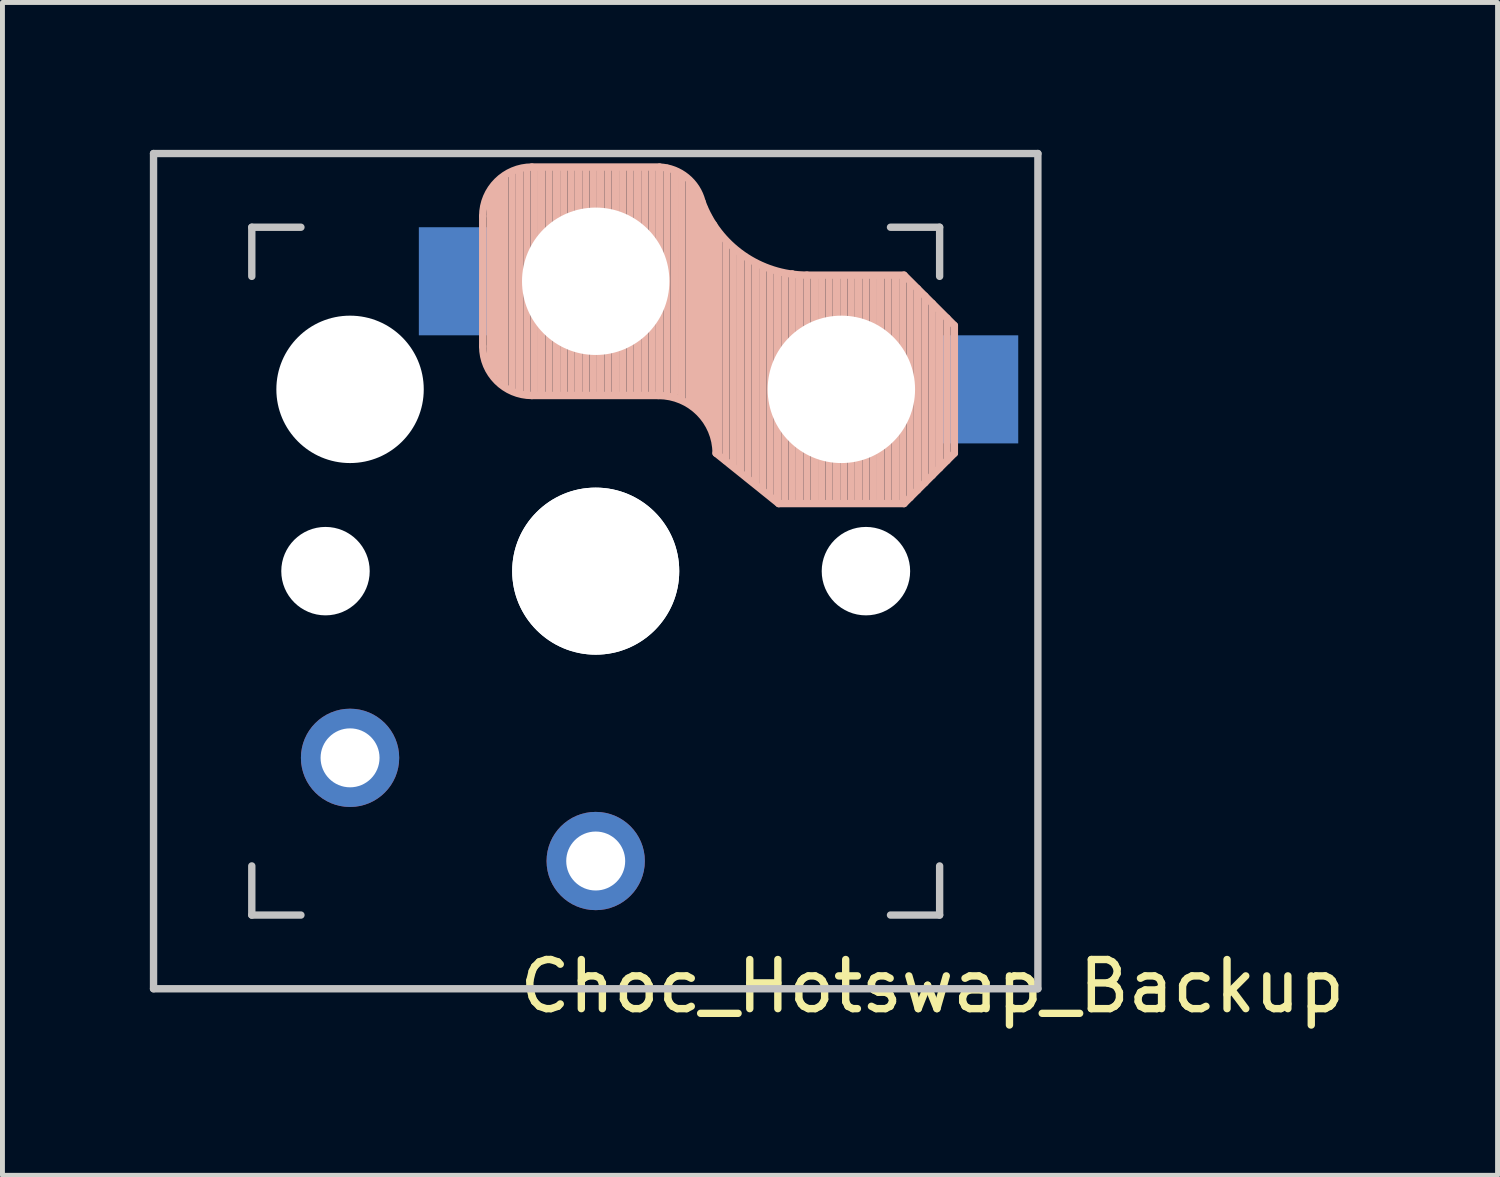
<source format=kicad_pcb>
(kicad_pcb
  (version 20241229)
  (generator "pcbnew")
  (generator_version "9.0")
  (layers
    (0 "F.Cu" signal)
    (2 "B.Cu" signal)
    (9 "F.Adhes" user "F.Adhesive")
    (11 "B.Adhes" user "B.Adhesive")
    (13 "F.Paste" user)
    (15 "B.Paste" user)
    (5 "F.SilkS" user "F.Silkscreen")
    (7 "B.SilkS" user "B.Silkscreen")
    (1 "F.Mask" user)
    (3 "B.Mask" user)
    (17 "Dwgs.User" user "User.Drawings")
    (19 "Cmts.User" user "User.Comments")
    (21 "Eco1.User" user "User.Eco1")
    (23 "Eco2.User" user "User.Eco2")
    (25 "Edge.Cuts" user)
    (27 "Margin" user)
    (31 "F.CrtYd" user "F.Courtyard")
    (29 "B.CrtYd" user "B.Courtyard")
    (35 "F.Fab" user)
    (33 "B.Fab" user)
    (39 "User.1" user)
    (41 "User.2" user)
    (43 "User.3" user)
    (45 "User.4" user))
  (footprint "Choc_Hotswap_Backup"
    (layer "F.Cu")
    (at 9.075 8.575)
    (property "Reference" "Choc_Hotswap_Backup" (at 6.85 8.45 180) (layer "F.SilkS") (effects (font (size 1 1) (thickness 0.15))))
    (attr through_hole)
    (fp_line (start -2.3 -4.575) (end -2.3 -7.225) (stroke (width 0.15) (type solid)) (layer "B.SilkS"))
    (fp_line (start -2.15 -7.65) (end -2.15 -4.1) (stroke (width 0.15) (type solid)) (layer "B.SilkS"))
    (fp_line (start -2.05 -7.8) (end -2.05 -4.05) (stroke (width 0.15) (type solid)) (layer "B.SilkS"))
    (fp_line (start -1.95 -7.9) (end -1.95 -3.95) (stroke (width 0.15) (type solid)) (layer "B.SilkS"))
    (fp_line (start -1.85 -8) (end -1.85 -3.8) (stroke (width 0.15) (type solid)) (layer "B.SilkS"))
    (fp_line (start -1.7 -8.1) (end -1.7 -3.7) (stroke (width 0.15) (type solid)) (layer "B.SilkS"))
    (fp_line (start -1.55 -8.15) (end -1.55 -3.65) (stroke (width 0.15) (type solid)) (layer "B.SilkS"))
    (fp_line (start -1.4 -8.2) (end -1.4 -3.65) (stroke (width 0.15) (type solid)) (layer "B.SilkS"))
    (fp_line (start -1.3 -8.225) (end 1.3 -8.225) (stroke (width 0.15) (type solid)) (layer "B.SilkS"))
    (fp_line (start -1.3 -3.575) (end 1.275 -3.575) (stroke (width 0.15) (type solid)) (layer "B.SilkS"))
    (fp_line (start -1.25 -8.2) (end -1.25 -3.6) (stroke (width 0.15) (type solid)) (layer "B.SilkS"))
    (fp_line (start -1.1 -8.2) (end -1.1 -3.6) (stroke (width 0.15) (type solid)) (layer "B.SilkS"))
    (fp_line (start -0.95 -8.2) (end -0.95 -3.6) (stroke (width 0.15) (type solid)) (layer "B.SilkS"))
    (fp_line (start -0.8 -8.2) (end -0.8 -3.6) (stroke (width 0.15) (type solid)) (layer "B.SilkS"))
    (fp_line (start -0.65 -8.2) (end -0.65 -3.6) (stroke (width 0.15) (type solid)) (layer "B.SilkS"))
    (fp_line (start -0.5 -8.2) (end -0.5 -3.6) (stroke (width 0.15) (type solid)) (layer "B.SilkS"))
    (fp_line (start -0.35 -8.2) (end -0.35 -3.6) (stroke (width 0.15) (type solid)) (layer "B.SilkS"))
    (fp_line (start -0.2 -8.2) (end -0.2 -3.6) (stroke (width 0.15) (type solid)) (layer "B.SilkS"))
    (fp_line (start -0.05 -8.2) (end -0.05 -3.6) (stroke (width 0.15) (type solid)) (layer "B.SilkS"))
    (fp_line (start 0.1 -8.2) (end 0.1 -3.6) (stroke (width 0.15) (type solid)) (layer "B.SilkS"))
    (fp_line (start 0.25 -8.2) (end 0.25 -3.6) (stroke (width 0.15) (type solid)) (layer "B.SilkS"))
    (fp_line (start 0.4 -8.2) (end 0.4 -3.6) (stroke (width 0.15) (type solid)) (layer "B.SilkS"))
    (fp_line (start 0.55 -8.2) (end 0.55 -3.6) (stroke (width 0.15) (type solid)) (layer "B.SilkS"))
    (fp_line (start 0.7 -8.2) (end 0.7 -3.6) (stroke (width 0.15) (type solid)) (layer "B.SilkS"))
    (fp_line (start 0.85 -8.2) (end 0.85 -3.6) (stroke (width 0.15) (type solid)) (layer "B.SilkS"))
    (fp_line (start 1 -8.2) (end 1 -3.6) (stroke (width 0.15) (type solid)) (layer "B.SilkS"))
    (fp_line (start 1.15 -8.2) (end 1.15 -3.65) (stroke (width 0.15) (type solid)) (layer "B.SilkS"))
    (fp_line (start 1.3 -8.2) (end 1.3 -3.6) (stroke (width 0.15) (type solid)) (layer "B.SilkS"))
    (fp_line (start 1.45 -8.2) (end 1.45 -3.6) (stroke (width 0.15) (type solid)) (layer "B.SilkS"))
    (fp_line (start 1.6 -8.15) (end 1.6 -3.6) (stroke (width 0.15) (type solid)) (layer "B.SilkS"))
    (fp_line (start 1.75 -8.05) (end 1.75 -3.5) (stroke (width 0.15) (type solid)) (layer "B.SilkS"))
    (fp_line (start 1.9 -7.95) (end 1.9 -3.45) (stroke (width 0.15) (type solid)) (layer "B.SilkS"))
    (fp_line (start 2 -7.8) (end 2 -3.4) (stroke (width 0.15) (type solid)) (layer "B.SilkS"))
    (fp_line (start 2.1 -7.55) (end 2.1 -3.35) (stroke (width 0.15) (type solid)) (layer "B.SilkS"))
    (fp_line (start 2.2 -7.4) (end 2.2 -3.25) (stroke (width 0.15) (type solid)) (layer "B.SilkS"))
    (fp_line (start 2.3 -7.2) (end 2.3 -3.05) (stroke (width 0.15) (type solid)) (layer "B.SilkS"))
    (fp_line (start 2.4 -7.05) (end 2.4 -2.9) (stroke (width 0.15) (type solid)) (layer "B.SilkS"))
    (fp_line (start 2.5 -6.85) (end 2.5 -2.4) (stroke (width 0.15) (type solid)) (layer "B.SilkS"))
    (fp_line (start 2.65 -6.7) (end 2.65 -2.25) (stroke (width 0.15) (type solid)) (layer "B.SilkS"))
    (fp_line (start 2.8 -6.55) (end 2.8 -2.15) (stroke (width 0.15) (type solid)) (layer "B.SilkS"))
    (fp_line (start 2.95 -6.45) (end 2.95 -2.05) (stroke (width 0.15) (type solid)) (layer "B.SilkS"))
    (fp_line (start 3.1 -6.35) (end 3.1 -1.9) (stroke (width 0.15) (type solid)) (layer "B.SilkS"))
    (fp_line (start 3.25 -6.25) (end 3.25 -1.8) (stroke (width 0.15) (type solid)) (layer "B.SilkS"))
    (fp_line (start 3.4 -6.2) (end 3.4 -1.65) (stroke (width 0.15) (type solid)) (layer "B.SilkS"))
    (fp_line (start 3.55 -6.1) (end 3.55 -1.55) (stroke (width 0.15) (type solid)) (layer "B.SilkS"))
    (fp_line (start 3.7 -6.05) (end 3.7 -1.45) (stroke (width 0.15) (type solid)) (layer "B.SilkS"))
    (fp_line (start 3.725 -1.375) (end 2.45 -2.4) (stroke (width 0.15) (type solid)) (layer "B.SilkS"))
    (fp_line (start 3.725 -1.375) (end 6.275 -1.375) (stroke (width 0.15) (type solid)) (layer "B.SilkS"))
    (fp_line (start 3.85 -6.05) (end 3.85 -1.4) (stroke (width 0.15) (type solid)) (layer "B.SilkS"))
    (fp_line (start 4 -6.05) (end 4 -1.4) (stroke (width 0.15) (type solid)) (layer "B.SilkS"))
    (fp_line (start 4.15 -6) (end 4.15 -1.45) (stroke (width 0.15) (type solid)) (layer "B.SilkS"))
    (fp_line (start 4.3 -6.025) (end 6.275 -6.025) (stroke (width 0.15) (type solid)) (layer "B.SilkS"))
    (fp_line (start 4.3 -6) (end 4.3 -1.4) (stroke (width 0.15) (type solid)) (layer "B.SilkS"))
    (fp_line (start 4.45 -6) (end 4.45 -1.4) (stroke (width 0.15) (type solid)) (layer "B.SilkS"))
    (fp_line (start 4.6 -6) (end 4.6 -1.4) (stroke (width 0.15) (type solid)) (layer "B.SilkS"))
    (fp_line (start 4.75 -6) (end 4.75 -1.4) (stroke (width 0.15) (type solid)) (layer "B.SilkS"))
    (fp_line (start 4.9 -6) (end 4.9 -1.4) (stroke (width 0.15) (type solid)) (layer "B.SilkS"))
    (fp_line (start 5.05 -6) (end 5.05 -1.4) (stroke (width 0.15) (type solid)) (layer "B.SilkS"))
    (fp_line (start 5.2 -6) (end 5.2 -1.4) (stroke (width 0.15) (type solid)) (layer "B.SilkS"))
    (fp_line (start 5.35 -6) (end 5.35 -1.4) (stroke (width 0.15) (type solid)) (layer "B.SilkS"))
    (fp_line (start 5.5 -6) (end 5.5 -1.4) (stroke (width 0.15) (type solid)) (layer "B.SilkS"))
    (fp_line (start 5.65 -6) (end 5.65 -1.4) (stroke (width 0.15) (type solid)) (layer "B.SilkS"))
    (fp_line (start 5.8 -6) (end 5.8 -1.4) (stroke (width 0.15) (type solid)) (layer "B.SilkS"))
    (fp_line (start 5.95 -6) (end 5.95 -1.4) (stroke (width 0.15) (type solid)) (layer "B.SilkS"))
    (fp_line (start 6.1 -6) (end 6.1 -1.4) (stroke (width 0.15) (type solid)) (layer "B.SilkS"))
    (fp_line (start 6.25 -6) (end 6.25 -1.4) (stroke (width 0.15) (type solid)) (layer "B.SilkS"))
    (fp_line (start 6.4 -5.85) (end 6.4 -1.5) (stroke (width 0.15) (type solid)) (layer "B.SilkS"))
    (fp_line (start 6.55 -5.75) (end 6.55 -1.65) (stroke (width 0.15) (type solid)) (layer "B.SilkS"))
    (fp_line (start 6.7 -5.6) (end 6.7 -1.8) (stroke (width 0.15) (type solid)) (layer "B.SilkS"))
    (fp_line (start 6.85 -5.45) (end 6.85 -1.95) (stroke (width 0.15) (type solid)) (layer "B.SilkS"))
    (fp_line (start 7 -5.25) (end 7 -2.1) (stroke (width 0.15) (type solid)) (layer "B.SilkS"))
    (fp_line (start 7.15 -5.15) (end 7.15 -2.25) (stroke (width 0.15) (type solid)) (layer "B.SilkS"))
    (fp_line (start 7.3 -5) (end 6.275 -6.025) (stroke (width 0.15) (type solid)) (layer "B.SilkS"))
    (fp_line (start 7.3 -2.4) (end 6.275 -1.375) (stroke (width 0.15) (type solid)) (layer "B.SilkS"))
    (fp_line (start 7.3 -2.4) (end 7.3 -5) (stroke (width 0.15) (type solid)) (layer "B.SilkS"))
    (fp_arc (start -2.3 -7.225) (mid -2.007107 -7.932107) (end -1.3 -8.225) (stroke (width 0.15) (type solid)) (layer "B.SilkS"))
    (fp_arc (start -1.3 -3.575) (mid -2.007107 -3.867893) (end -2.3 -4.575) (stroke (width 0.15) (type solid)) (layer "B.SilkS"))
    (fp_arc (start 1.275 -3.575) (mid 2.10585 -3.23085) (end 2.45 -2.4) (stroke (width 0.15) (type solid)) (layer "B.SilkS"))
    (fp_arc (start 1.300995 -8.223791) (mid 1.848284 -8.016021) (end 2.162199 -7.521904) (stroke (width 0.15) (type solid)) (layer "B.SilkS"))
    (fp_arc (start 4.3 -6.025) (mid 2.995114 -6.436429) (end 2.162199 -7.521904) (stroke (width 0.15) (type solid)) (layer "B.SilkS"))
    (fp_line (start -9 -8.5) (end 9 -8.5) (stroke (width 0.15) (type solid)) (layer "Dwgs.User"))
    (fp_line (start -9 8.5) (end -9 -8.5) (stroke (width 0.15) (type solid)) (layer "Dwgs.User"))
    (fp_line (start -7 -7) (end -7 -6) (stroke (width 0.15) (type solid)) (layer "Dwgs.User"))
    (fp_line (start -7 6) (end -7 7) (stroke (width 0.15) (type solid)) (layer "Dwgs.User"))
    (fp_line (start -7 7) (end -6 7) (stroke (width 0.15) (type solid)) (layer "Dwgs.User"))
    (fp_line (start -6 -7) (end -7 -7) (stroke (width 0.15) (type solid)) (layer "Dwgs.User"))
    (fp_line (start 6 -7) (end 7 -7) (stroke (width 0.15) (type solid)) (layer "Dwgs.User"))
    (fp_line (start 7 -7) (end 7 -6) (stroke (width 0.15) (type solid)) (layer "Dwgs.User"))
    (fp_line (start 7 6) (end 7 7) (stroke (width 0.15) (type solid)) (layer "Dwgs.User"))
    (fp_line (start 7 7) (end 6 7) (stroke (width 0.15) (type solid)) (layer "Dwgs.User"))
    (fp_line (start 9 -8.5) (end 9 8.5) (stroke (width 0.15) (type solid)) (layer "Dwgs.User"))
    (fp_line (start 9 8.5) (end -9 8.5) (stroke (width 0.15) (type solid)) (layer "Dwgs.User"))
    (pad "" np_thru_hole circle (at -5.5 0 270) (size 1.8 1.8) (drill 1.8) (layers "*.Cu" "*.Mask"))
    (pad "" np_thru_hole circle (at -5 -3.7 90) (size 3 3) (drill 3) (layers "*.Cu" "*.Mask"))
    (pad "" np_thru_hole circle (at 0 -5.9 270) (size 3 3) (drill 3) (layers "*.Cu" "*.Mask"))
    (pad "" np_thru_hole circle (at 0 0 180) (size 3.4 3.4) (drill 3.4) (layers "*.Cu" "*.Mask"))
    (pad "" np_thru_hole circle (at 0 0 270) (size 3.4 3.4) (drill 3.4) (layers "*.Cu" "*.Mask"))
    (pad "" np_thru_hole circle (at 5 -3.7 270) (size 3 3) (drill 3) (layers "*.Cu" "*.Mask"))
    (pad "" np_thru_hole circle (at 5.5 0 270) (size 1.8 1.8) (drill 1.8) (layers "*.Cu" "*.Mask"))
    (pad "1" thru_hole circle (at 0 5.9 180) (size 2 2) (drill 1.2) (layers "*.Cu" "*.Mask"))
    (pad "1" smd rect (at 7.8 -3.7) (size 1.6 2.2) (layers "B.Cu" "B.Mask" "B.Paste"))
    (pad "2" thru_hole circle (at -5 3.8 41.9) (size 2 2) (drill 1.2) (layers "*.Cu" "*.Mask"))
    (pad "2" smd rect (at -2.8 -5.9) (size 1.6 2.2) (layers "B.Cu" "B.Mask" "B.Paste")))
  (gr_rect
    (start -3 -3)
    (end 27.431 20.873)
    (stroke (width 0.1) (type default))
    (fill no)
    (layer "Edge.Cuts")))
</source>
